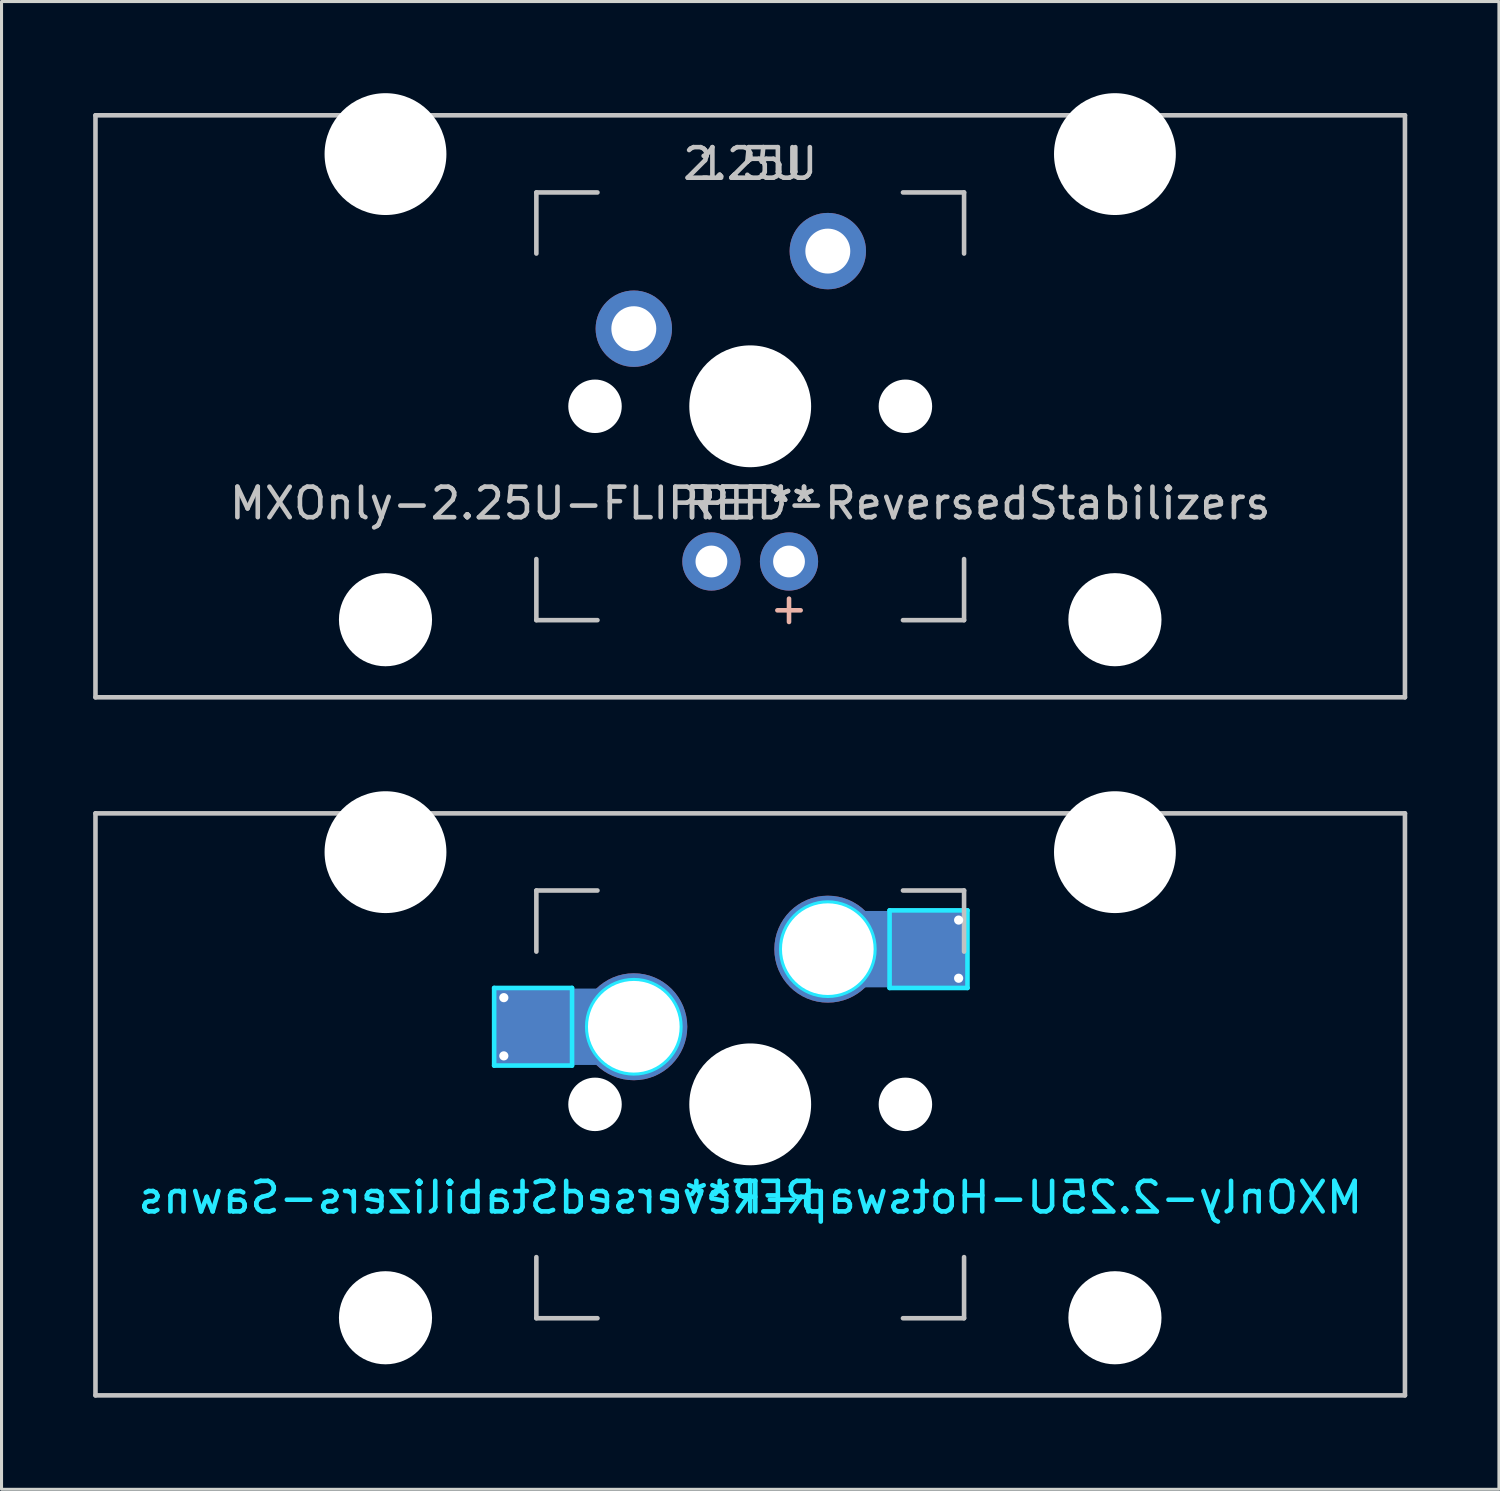
<source format=kicad_pcb>
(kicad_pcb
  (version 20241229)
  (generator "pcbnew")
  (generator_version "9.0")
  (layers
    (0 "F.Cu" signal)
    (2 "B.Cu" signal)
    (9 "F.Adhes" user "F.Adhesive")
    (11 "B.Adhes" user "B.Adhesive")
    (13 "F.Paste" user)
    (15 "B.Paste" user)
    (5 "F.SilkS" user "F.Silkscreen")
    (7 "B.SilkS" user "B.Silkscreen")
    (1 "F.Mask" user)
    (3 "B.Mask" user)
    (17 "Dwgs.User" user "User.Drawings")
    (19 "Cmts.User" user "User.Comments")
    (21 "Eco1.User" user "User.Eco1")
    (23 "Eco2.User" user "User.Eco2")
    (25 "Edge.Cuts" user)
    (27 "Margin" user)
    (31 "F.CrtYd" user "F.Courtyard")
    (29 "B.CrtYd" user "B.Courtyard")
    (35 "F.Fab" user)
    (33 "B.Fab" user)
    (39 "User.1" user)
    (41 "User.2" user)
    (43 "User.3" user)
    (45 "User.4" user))
  (footprint "MXOnly-2.25U-Hotswap-ReversedStabilizers-Sawns"
    (layer "F.Cu")
    (at 21.506 33.098)
    (property "Reference" "MXOnly-2.25U-Hotswap-ReversedStabilizers-Sawns" (at 0 3.048 0) (layer "B.CrtYd") (effects (font (size 1 1) (thickness 0.15)) (justify mirror)))
    (attr smd)
    (fp_line (start -21.431 -9.525) (end 21.431 -9.525) (stroke (width 0.15) (type solid)) (layer "Dwgs.User"))
    (fp_line (start -21.431 9.525) (end -21.431 -9.525) (stroke (width 0.15) (type solid)) (layer "Dwgs.User"))
    (fp_line (start -7 -7) (end -7 -5) (stroke (width 0.15) (type solid)) (layer "Dwgs.User"))
    (fp_line (start -7 5) (end -7 7) (stroke (width 0.15) (type solid)) (layer "Dwgs.User"))
    (fp_line (start -7 7) (end -5 7) (stroke (width 0.15) (type solid)) (layer "Dwgs.User"))
    (fp_line (start -5 -7) (end -7 -7) (stroke (width 0.15) (type solid)) (layer "Dwgs.User"))
    (fp_line (start 5 -7) (end 7 -7) (stroke (width 0.15) (type solid)) (layer "Dwgs.User"))
    (fp_line (start 5 7) (end 7 7) (stroke (width 0.15) (type solid)) (layer "Dwgs.User"))
    (fp_line (start 7 -7) (end 7 -5) (stroke (width 0.15) (type solid)) (layer "Dwgs.User"))
    (fp_line (start 7 7) (end 7 5) (stroke (width 0.15) (type solid)) (layer "Dwgs.User"))
    (fp_line (start 21.431 -9.525) (end 21.431 9.525) (stroke (width 0.15) (type solid)) (layer "Dwgs.User"))
    (fp_line (start 21.431 9.525) (end -21.431 9.525) (stroke (width 0.15) (type solid)) (layer "Dwgs.User"))
    (fp_line (start -8.382 -3.81) (end -8.382 -1.27) (stroke (width 0.15) (type solid)) (layer "B.CrtYd"))
    (fp_line (start -8.382 -3.81) (end -5.832 -3.81) (stroke (width 0.15) (type solid)) (layer "B.CrtYd"))
    (fp_line (start -8.382 -1.27) (end -5.832 -1.27) (stroke (width 0.15) (type solid)) (layer "B.CrtYd"))
    (fp_line (start -5.832 -3.81) (end -5.832 -1.27) (stroke (width 0.15) (type solid)) (layer "B.CrtYd"))
    (fp_line (start 4.562 -6.35) (end 4.562 -3.81) (stroke (width 0.15) (type solid)) (layer "B.CrtYd"))
    (fp_line (start 4.562 -6.35) (end 7.112 -6.35) (stroke (width 0.15) (type solid)) (layer "B.CrtYd"))
    (fp_line (start 7.112 -6.35) (end 7.112 -3.81) (stroke (width 0.15) (type solid)) (layer "B.CrtYd"))
    (fp_line (start 7.112 -3.81) (end 4.562 -3.81) (stroke (width 0.15) (type solid)) (layer "B.CrtYd"))
    (fp_circle (center -3.81 -2.54) (end -3.81 -4.064) (stroke (width 0.15) (type solid)) (fill no) (layer "B.CrtYd"))
    (fp_circle (center 2.54 -5.08) (end 2.54 -6.604) (stroke (width 0.15) (type solid)) (fill no) (layer "B.CrtYd"))
    (fp_text user "REF**" (at 0 3.048 0) (layer "B.CrtYd") (effects (font (size 1 1) (thickness 0.15)) (justify mirror)))
    (pad "" np_thru_hole circle (at -11.938 -8.255) (size 3.988 3.988) (drill 3.988) (layers "*.Cu" "*.Mask"))
    (pad "" np_thru_hole circle (at -11.938 6.985) (size 3.048 3.048) (drill 3.048) (layers "*.Cu" "*.Mask"))
    (pad "" smd rect (at -7.085 -2.54) (size 2.55 2.5) (layers "B.Mask" "B.Paste"))
    (pad "" np_thru_hole circle (at -5.08 0 48.1) (size 1.75 1.75) (drill 1.75) (layers "*.Cu" "*.Mask"))
    (pad "" np_thru_hole circle (at 0 0) (size 3.988 3.988) (drill 3.988) (layers "*.Cu" "*.Mask"))
    (pad "" np_thru_hole circle (at 5.08 0 48.1) (size 1.75 1.75) (drill 1.75) (layers "*.Cu" "*.Mask"))
    (pad "" smd rect (at 5.842 -5.08) (size 2.55 2.5) (layers "B.Mask" "B.Paste"))
    (pad "" np_thru_hole circle (at 11.938 -8.255) (size 3.988 3.988) (drill 3.988) (layers "*.Cu" "*.Mask"))
    (pad "" np_thru_hole circle (at 11.938 6.985) (size 3.048 3.048) (drill 3.048) (layers "*.Cu" "*.Mask"))
    (pad "1" thru_hole circle (at -8.065 -3.493) (size 0.5 0.5) (drill 0.3) (layers "*.Cu" "*.Mask"))
    (pad "1" thru_hole circle (at -8.065 -1.587) (size 0.5 0.5) (drill 0.3) (layers "*.Cu" "*.Mask"))
    (pad "1" smd rect (at -6.45 -2.54) (size 3.82 2.5) (layers "B.Cu"))
    (pad "1" thru_hole circle (at -3.81 -2.54) (size 3.5 3.5) (drill 3) (layers "*.Cu" "*.Mask"))
    (pad "2" thru_hole circle (at 2.54 -5.08) (size 3.5 3.5) (drill 3) (layers "*.Cu" "*.Mask"))
    (pad "2" smd rect (at 5.207 -5.08) (size 3.82 2.5) (layers "B.Cu"))
    (pad "2" thru_hole circle (at 6.822 -6.032) (size 0.5 0.5) (drill 0.3) (layers "*.Cu" "*.Mask"))
    (pad "2" thru_hole circle (at 6.822 -4.128) (size 0.5 0.5) (drill 0.3) (layers "*.Cu" "*.Mask")))
  (footprint "MXOnly-2.25U-FLIPPED-ReversedStabilizers"
    (layer "F.Cu")
    (at 21.506 10.249)
    (property "Reference" "MXOnly-2.25U-FLIPPED-ReversedStabilizers" (at 0 3.175 0) (layer "Dwgs.User") (effects (font (size 1 1) (thickness 0.15))))
    (attr through_hole)
    (fp_line (start -21.431 -9.525) (end 21.431 -9.525) (stroke (width 0.15) (type solid)) (layer "Dwgs.User"))
    (fp_line (start -21.431 9.525) (end -21.431 -9.525) (stroke (width 0.15) (type solid)) (layer "Dwgs.User"))
    (fp_line (start -21.431 9.525) (end 21.431 9.525) (stroke (width 0.15) (type solid)) (layer "Dwgs.User"))
    (fp_line (start -7 -7) (end -7 -5) (stroke (width 0.15) (type solid)) (layer "Dwgs.User"))
    (fp_line (start -7 5) (end -7 7) (stroke (width 0.15) (type solid)) (layer "Dwgs.User"))
    (fp_line (start -7 7) (end -5 7) (stroke (width 0.15) (type solid)) (layer "Dwgs.User"))
    (fp_line (start -5 -7) (end -7 -7) (stroke (width 0.15) (type solid)) (layer "Dwgs.User"))
    (fp_line (start 5 -7) (end 7 -7) (stroke (width 0.15) (type solid)) (layer "Dwgs.User"))
    (fp_line (start 5 7) (end 7 7) (stroke (width 0.15) (type solid)) (layer "Dwgs.User"))
    (fp_line (start 7 -7) (end 7 -5) (stroke (width 0.15) (type solid)) (layer "Dwgs.User"))
    (fp_line (start 7 7) (end 7 5) (stroke (width 0.15) (type solid)) (layer "Dwgs.User"))
    (fp_line (start 21.431 -9.525) (end 21.431 9.525) (stroke (width 0.15) (type solid)) (layer "Dwgs.User"))
    (fp_text user "+" (at 1.27 6.604 0) (layer "B.SilkS") (effects (font (size 1 1) (thickness 0.15))))
    (fp_text user "REF**" (at 0 3.175 0) (layer "Dwgs.User") (effects (font (size 1 1) (thickness 0.15))))
    (fp_text user "1.5U" (at 0 -7.938 0) (layer "Dwgs.User") (effects (font (size 1 1) (thickness 0.15))))
    (fp_text user "2.25U" (at 0 -7.938 0) (layer "Dwgs.User") (effects (font (size 1 1) (thickness 0.15))))
    (fp_text user "REF**" (at 0 3.175 0) (layer "Dwgs.User") (effects (font (size 1 1) (thickness 0.15))))
    (pad "" np_thru_hole circle (at -11.938 -8.255) (size 3.988 3.988) (drill 3.988) (layers "*.Cu" "*.Mask"))
    (pad "" np_thru_hole circle (at -11.938 6.985) (size 3.048 3.048) (drill 3.048) (layers "*.Cu" "*.Mask"))
    (pad "" np_thru_hole circle (at -5.08 0 48.1) (size 1.75 1.75) (drill 1.75) (layers "*.Cu" "*.Mask"))
    (pad "" np_thru_hole circle (at 0 0) (size 3.988 3.988) (drill 3.988) (layers "*.Cu" "*.Mask"))
    (pad "" np_thru_hole circle (at 5.08 0 48.1) (size 1.75 1.75) (drill 1.75) (layers "*.Cu" "*.Mask"))
    (pad "" np_thru_hole circle (at 11.938 -8.255) (size 3.988 3.988) (drill 3.988) (layers "*.Cu" "*.Mask"))
    (pad "" np_thru_hole circle (at 11.938 6.985) (size 3.048 3.048) (drill 3.048) (layers "*.Cu" "*.Mask"))
    (pad "1" thru_hole circle (at -3.81 -2.54) (size 2.5 2.5) (drill 1.47) (layers "*.Cu" "B.Mask"))
    (pad "2" thru_hole circle (at 2.54 -5.08) (size 2.5 2.5) (drill 1.47) (layers "*.Cu" "B.Mask"))
    (pad "3" thru_hole circle (at 1.27 5.08) (size 1.905 1.905) (drill 1.04) (layers "*.Cu" "B.Mask"))
    (pad "4" thru_hole circle (at -1.27 5.08) (size 1.905 1.905) (drill 1.04) (layers "*.Cu" "B.Mask")))
  (gr_rect
    (start -3 -3)
    (end 46.013 45.698)
    (stroke (width 0.1) (type default))
    (fill no)
    (layer "Edge.Cuts")))
</source>
